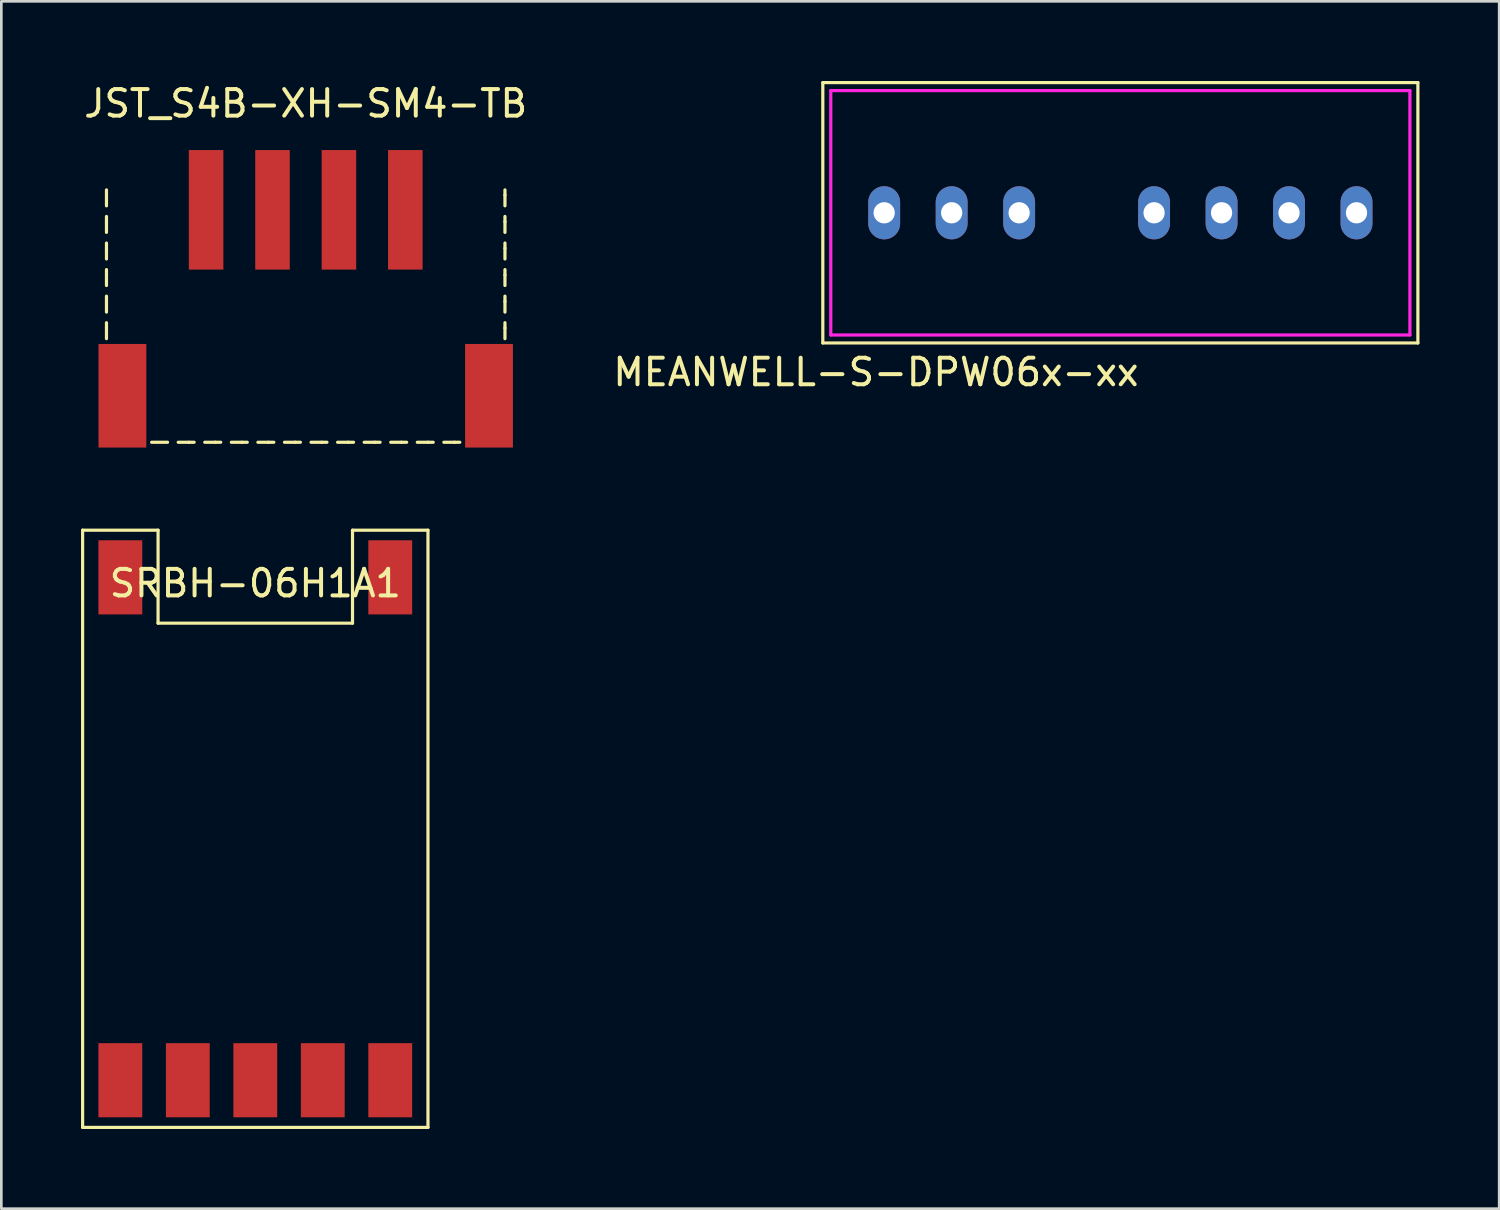
<source format=kicad_pcb>
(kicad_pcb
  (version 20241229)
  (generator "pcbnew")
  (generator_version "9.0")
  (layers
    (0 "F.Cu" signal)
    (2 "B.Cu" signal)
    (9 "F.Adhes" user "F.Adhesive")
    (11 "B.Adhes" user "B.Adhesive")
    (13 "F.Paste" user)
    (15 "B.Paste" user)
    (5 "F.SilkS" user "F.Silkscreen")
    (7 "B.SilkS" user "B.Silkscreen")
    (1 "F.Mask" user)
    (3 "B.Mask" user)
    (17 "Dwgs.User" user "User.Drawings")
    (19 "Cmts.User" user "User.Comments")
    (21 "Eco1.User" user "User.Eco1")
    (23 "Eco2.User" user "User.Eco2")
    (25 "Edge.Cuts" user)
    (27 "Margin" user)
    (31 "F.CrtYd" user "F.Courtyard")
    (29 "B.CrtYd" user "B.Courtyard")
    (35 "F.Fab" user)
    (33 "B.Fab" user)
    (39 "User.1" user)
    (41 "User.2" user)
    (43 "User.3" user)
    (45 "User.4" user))
  (footprint "JST_S4B-XH-SM4-TB"
    (layer "F.Cu")
    (at 8.458 13.598)
    (property "Reference" "JST_S4B-XH-SM4-TB" (at 0 -12.75 0) (layer "F.SilkS") (effects (font (size 1 1) (thickness 0.15))))
    (attr through_hole)
    (fp_line (start -7.5 -9.3) (end -7.5 -9.5) (stroke (width 0.12) (type solid)) (layer "F.SilkS"))
    (fp_line (start -7.5 -8.9) (end -7.5 -9.3) (stroke (width 0.12) (type solid)) (layer "F.SilkS"))
    (fp_line (start -7.5 -8.3) (end -7.5 -8.5) (stroke (width 0.12) (type solid)) (layer "F.SilkS"))
    (fp_line (start -7.5 -7.9) (end -7.5 -8.3) (stroke (width 0.12) (type solid)) (layer "F.SilkS"))
    (fp_line (start -7.5 -7.3) (end -7.5 -7.5) (stroke (width 0.12) (type solid)) (layer "F.SilkS"))
    (fp_line (start -7.5 -6.9) (end -7.5 -7.3) (stroke (width 0.12) (type solid)) (layer "F.SilkS"))
    (fp_line (start -7.5 -6.3) (end -7.5 -6.5) (stroke (width 0.12) (type solid)) (layer "F.SilkS"))
    (fp_line (start -7.5 -5.9) (end -7.5 -6.3) (stroke (width 0.12) (type solid)) (layer "F.SilkS"))
    (fp_line (start -7.5 -5.3) (end -7.5 -5.5) (stroke (width 0.12) (type solid)) (layer "F.SilkS"))
    (fp_line (start -7.5 -4.9) (end -7.5 -5.3) (stroke (width 0.12) (type solid)) (layer "F.SilkS"))
    (fp_line (start -7.5 -4.3) (end -7.5 -4.5) (stroke (width 0.12) (type solid)) (layer "F.SilkS"))
    (fp_line (start -7.5 -3.9) (end -7.5 -4.3) (stroke (width 0.12) (type solid)) (layer "F.SilkS"))
    (fp_line (start -5.8 0) (end -5.2 0) (stroke (width 0.12) (type solid)) (layer "F.SilkS"))
    (fp_line (start -4.8 0) (end -4.4 0) (stroke (width 0.12) (type solid)) (layer "F.SilkS"))
    (fp_line (start -4.4 0) (end -4.2 0) (stroke (width 0.12) (type solid)) (layer "F.SilkS"))
    (fp_line (start -3.8 0) (end -3.4 0) (stroke (width 0.12) (type solid)) (layer "F.SilkS"))
    (fp_line (start -3.4 0) (end -3.2 0) (stroke (width 0.12) (type solid)) (layer "F.SilkS"))
    (fp_line (start -2.8 0) (end -2.4 0) (stroke (width 0.12) (type solid)) (layer "F.SilkS"))
    (fp_line (start -2.4 0) (end -2.2 0) (stroke (width 0.12) (type solid)) (layer "F.SilkS"))
    (fp_line (start -1.8 0) (end -1.4 0) (stroke (width 0.12) (type solid)) (layer "F.SilkS"))
    (fp_line (start -1.4 0) (end -1.2 0) (stroke (width 0.12) (type solid)) (layer "F.SilkS"))
    (fp_line (start -0.8 0) (end -0.4 0) (stroke (width 0.12) (type solid)) (layer "F.SilkS"))
    (fp_line (start -0.4 0) (end -0.2 0) (stroke (width 0.12) (type solid)) (layer "F.SilkS"))
    (fp_line (start 0.2 0) (end 0.6 0) (stroke (width 0.12) (type solid)) (layer "F.SilkS"))
    (fp_line (start 0.6 0) (end 0.8 0) (stroke (width 0.12) (type solid)) (layer "F.SilkS"))
    (fp_line (start 1.2 0) (end 1.6 0) (stroke (width 0.12) (type solid)) (layer "F.SilkS"))
    (fp_line (start 1.6 0) (end 1.8 0) (stroke (width 0.12) (type solid)) (layer "F.SilkS"))
    (fp_line (start 2.2 0) (end 2.6 0) (stroke (width 0.12) (type solid)) (layer "F.SilkS"))
    (fp_line (start 2.6 0) (end 2.8 0) (stroke (width 0.12) (type solid)) (layer "F.SilkS"))
    (fp_line (start 3.2 0) (end 3.6 0) (stroke (width 0.12) (type solid)) (layer "F.SilkS"))
    (fp_line (start 3.6 0) (end 3.8 0) (stroke (width 0.12) (type solid)) (layer "F.SilkS"))
    (fp_line (start 4.2 0) (end 4.6 0) (stroke (width 0.12) (type solid)) (layer "F.SilkS"))
    (fp_line (start 4.6 0) (end 4.8 0) (stroke (width 0.12) (type solid)) (layer "F.SilkS"))
    (fp_line (start 5.2 0) (end 5.6 0) (stroke (width 0.12) (type solid)) (layer "F.SilkS"))
    (fp_line (start 5.6 0) (end 5.8 0) (stroke (width 0.12) (type solid)) (layer "F.SilkS"))
    (fp_line (start 7.5 -9.3) (end 7.5 -9.5) (stroke (width 0.12) (type solid)) (layer "F.SilkS"))
    (fp_line (start 7.5 -8.9) (end 7.5 -9.3) (stroke (width 0.12) (type solid)) (layer "F.SilkS"))
    (fp_line (start 7.5 -8.3) (end 7.5 -8.5) (stroke (width 0.12) (type solid)) (layer "F.SilkS"))
    (fp_line (start 7.5 -7.9) (end 7.5 -8.3) (stroke (width 0.12) (type solid)) (layer "F.SilkS"))
    (fp_line (start 7.5 -7.3) (end 7.5 -7.5) (stroke (width 0.12) (type solid)) (layer "F.SilkS"))
    (fp_line (start 7.5 -6.9) (end 7.5 -7.3) (stroke (width 0.12) (type solid)) (layer "F.SilkS"))
    (fp_line (start 7.5 -6.3) (end 7.5 -6.5) (stroke (width 0.12) (type solid)) (layer "F.SilkS"))
    (fp_line (start 7.5 -5.9) (end 7.5 -6.3) (stroke (width 0.12) (type solid)) (layer "F.SilkS"))
    (fp_line (start 7.5 -5.3) (end 7.5 -5.5) (stroke (width 0.12) (type solid)) (layer "F.SilkS"))
    (fp_line (start 7.5 -4.9) (end 7.5 -5.3) (stroke (width 0.12) (type solid)) (layer "F.SilkS"))
    (fp_line (start 7.5 -4.3) (end 7.5 -4.5) (stroke (width 0.12) (type solid)) (layer "F.SilkS"))
    (fp_line (start 7.5 -3.9) (end 7.5 -4.3) (stroke (width 0.12) (type solid)) (layer "F.SilkS"))
    (pad "" smd rect (at -6.9 -1.75) (size 1.8 3.9) (layers "F.Cu" "F.Mask" "F.Paste"))
    (pad "" smd rect (at 6.9 -1.75) (size 1.8 3.9) (layers "F.Cu" "F.Mask" "F.Paste"))
    (pad "1" smd rect (at -3.75 -8.75) (size 1.3 4.5) (layers "F.Cu" "F.Mask" "F.Paste"))
    (pad "2" smd rect (at -1.25 -8.75) (size 1.3 4.5) (layers "F.Cu" "F.Mask" "F.Paste"))
    (pad "3" smd rect (at 1.25 -8.75) (size 1.3 4.5) (layers "F.Cu" "F.Mask" "F.Paste"))
    (pad "4" smd rect (at 3.75 -8.75) (size 1.3 4.5) (layers "F.Cu" "F.Mask" "F.Paste")))
  (footprint "MEANWELL-S-DPW06x-xx"
    (layer "F.Cu")
    (at 39.123 4.96)
    (property "Reference" "MEANWELL-S-DPW06x-xx" (at -9.2 6 0) (layer "F.SilkS") (effects (font (size 1 1) (thickness 0.15))))
    (attr through_hole)
    (fp_line (start -11.2 -4.9) (end 11.2 -4.9) (stroke (width 0.12) (type solid)) (layer "F.SilkS"))
    (fp_line (start -11.2 4.9) (end -11.2 -4.9) (stroke (width 0.12) (type solid)) (layer "F.SilkS"))
    (fp_line (start 11.2 -4.9) (end 11.2 4.9) (stroke (width 0.12) (type solid)) (layer "F.SilkS"))
    (fp_line (start 11.2 4.9) (end -11.2 4.9) (stroke (width 0.12) (type solid)) (layer "F.SilkS"))
    (fp_line (start -10.9 -4.6) (end 10.9 -4.6) (stroke (width 0.12) (type solid)) (layer "F.CrtYd"))
    (fp_line (start -10.9 4.6) (end -10.9 -4.6) (stroke (width 0.12) (type solid)) (layer "F.CrtYd"))
    (fp_line (start 10.9 -4.6) (end 10.9 4.6) (stroke (width 0.12) (type solid)) (layer "F.CrtYd"))
    (fp_line (start 10.9 4.6) (end -10.9 4.6) (stroke (width 0.12) (type solid)) (layer "F.CrtYd"))
    (pad "1" thru_hole oval (at -8.89 0) (size 1.2 2) (drill 0.8) (layers "*.Cu" "*.Mask"))
    (pad "2" thru_hole oval (at -6.35 0) (size 1.2 2) (drill 0.8) (layers "*.Cu" "*.Mask"))
    (pad "3" thru_hole oval (at -3.81 0) (size 1.2 2) (drill 0.8) (layers "*.Cu" "*.Mask"))
    (pad "5" thru_hole oval (at 1.27 0) (size 1.2 2) (drill 0.8) (layers "*.Cu" "*.Mask"))
    (pad "6" thru_hole oval (at 3.81 0) (size 1.2 2) (drill 0.8) (layers "*.Cu" "*.Mask"))
    (pad "7" thru_hole oval (at 6.35 0) (size 1.2 2) (drill 0.8) (layers "*.Cu" "*.Mask"))
    (pad "8" thru_hole oval (at 8.89 0) (size 1.2 2) (drill 0.8) (layers "*.Cu" "*.Mask")))
  (footprint "SRBH-06H1A1"
    (layer "F.Cu")
    (at 6.56 28.148)
    (property "Reference" "SRBH-06H1A1" (at 0 -9.24 0) (layer "F.SilkS") (effects (font (size 1 1) (thickness 0.15))))
    (attr through_hole)
    (fp_line (start -6.5 -11.24) (end -6.5 11.24) (stroke (width 0.12) (type solid)) (layer "F.SilkS"))
    (fp_line (start -6.5 -11.24) (end -3.66 -11.24) (stroke (width 0.12) (type solid)) (layer "F.SilkS"))
    (fp_line (start -6.5 11.24) (end 6.5 11.24) (stroke (width 0.12) (type solid)) (layer "F.SilkS"))
    (fp_line (start -3.66 -11.24) (end -3.66 -7.74) (stroke (width 0.12) (type solid)) (layer "F.SilkS"))
    (fp_line (start -3.66 -7.74) (end 3.66 -7.74) (stroke (width 0.12) (type solid)) (layer "F.SilkS"))
    (fp_line (start 3.66 -11.24) (end 6.5 -11.24) (stroke (width 0.12) (type solid)) (layer "F.SilkS"))
    (fp_line (start 3.66 -7.74) (end 3.66 -11.24) (stroke (width 0.12) (type solid)) (layer "F.SilkS"))
    (fp_line (start 6.5 11.24) (end 6.5 -11.24) (stroke (width 0.12) (type solid)) (layer "F.SilkS"))
    (pad "1" smd rect (at -5.08 9.465) (size 1.65 2.79) (layers "F.Cu" "F.Mask" "F.Paste"))
    (pad "2" smd rect (at -2.54 9.465) (size 1.65 2.79) (layers "F.Cu" "F.Mask" "F.Paste"))
    (pad "3" smd rect (at 0 9.465) (size 1.65 2.79) (layers "F.Cu" "F.Mask" "F.Paste"))
    (pad "4" smd rect (at 2.54 9.465) (size 1.65 2.79) (layers "F.Cu" "F.Mask" "F.Paste"))
    (pad "5" smd rect (at 5.08 9.465) (size 1.65 2.79) (layers "F.Cu" "F.Mask" "F.Paste"))
    (pad "6" smd rect (at -5.08 -9.465) (size 1.65 2.79) (layers "F.Cu" "F.Mask" "F.Paste"))
    (pad "7" smd rect (at 5.08 -9.465) (size 1.65 2.79) (layers "F.Cu" "F.Mask" "F.Paste")))
  (gr_rect
    (start -3 -3)
    (end 53.383 42.448)
    (stroke (width 0.1) (type default))
    (fill no)
    (layer "Edge.Cuts")))
</source>
